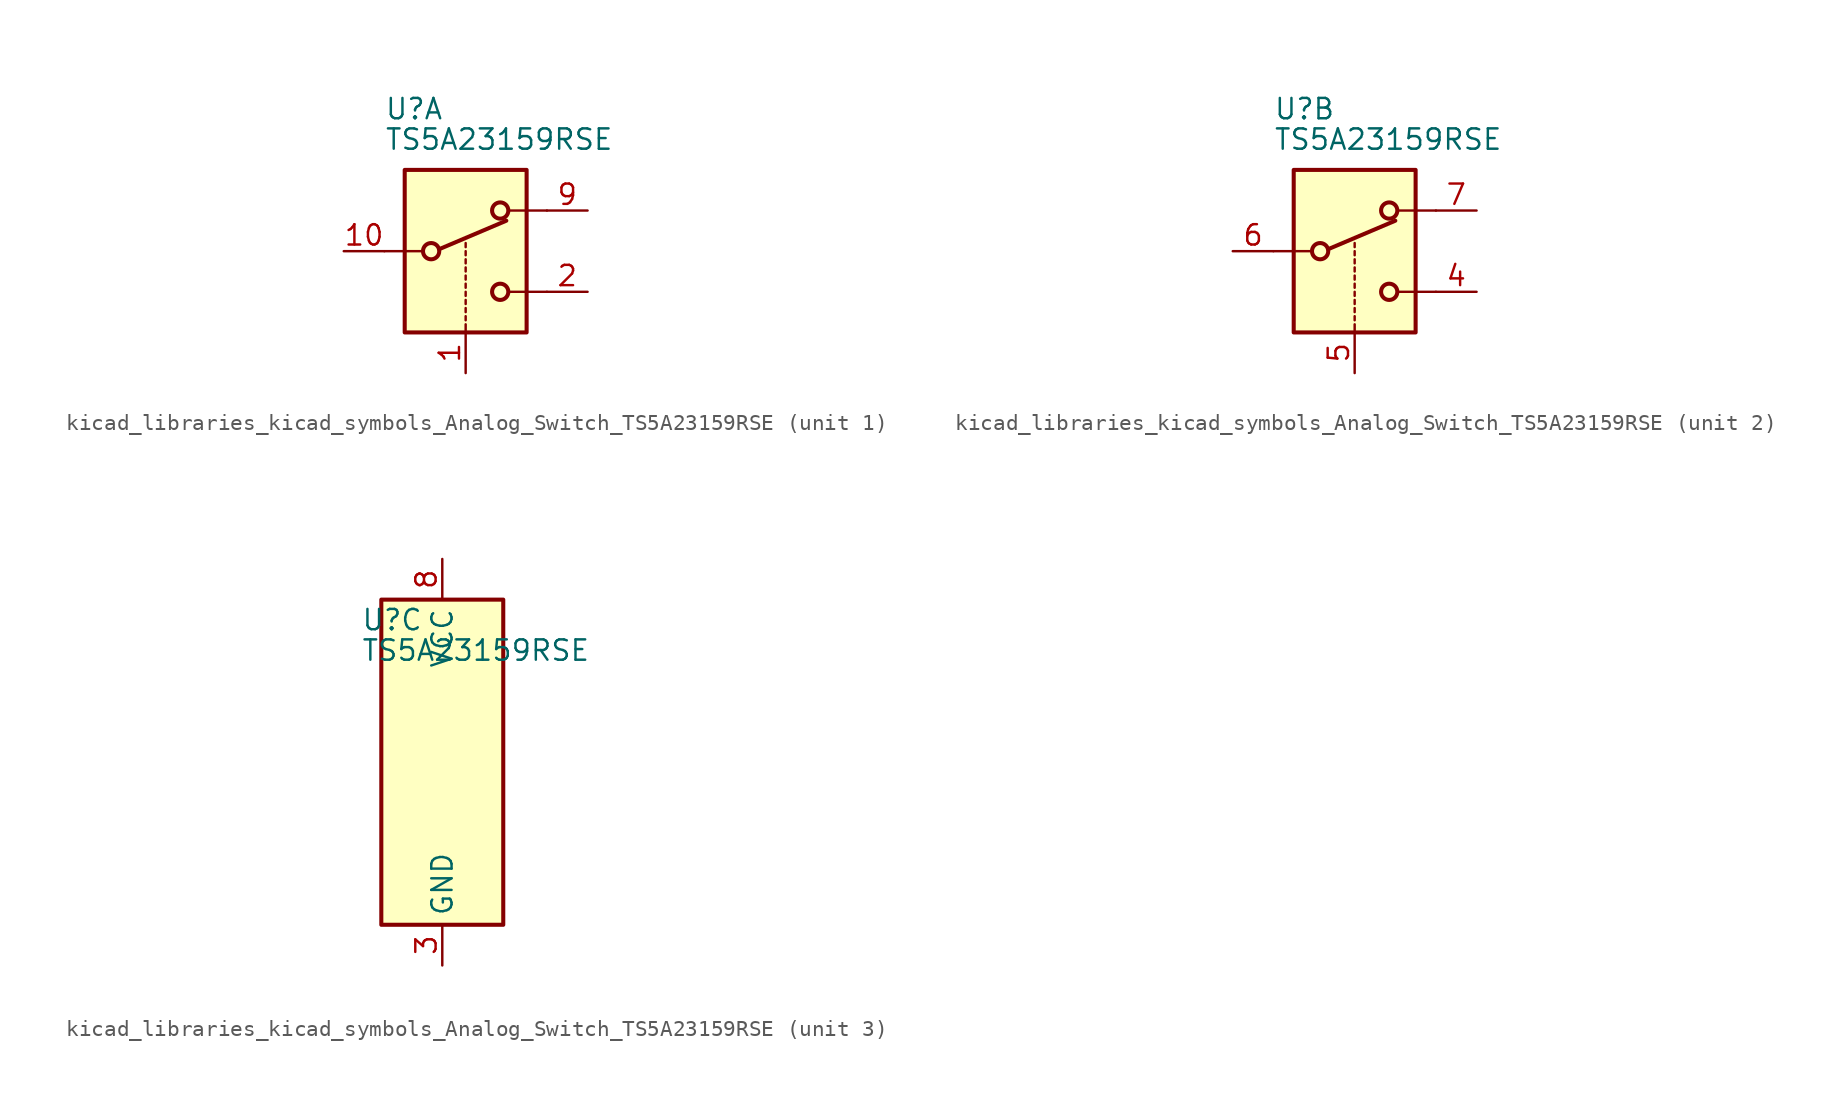
<source format=kicad_sym>
(kicad_symbol_lib
  (version 20220914)
  (generator kicad_symbol_editor)
  (symbol "kicad_libraries_kicad_symbols_Analog_Switch_TS5A23159RSE"
    (property "Reference" "U"
      (at -5.08 8.89 0)
      (effects (font (size 1.27 1.27)) (justify left)))
    (property "Value" "TS5A23159RSE"
      (at -5.08 6.985 0)
      (effects (font (size 1.27 1.27)) (justify left)))
    (property "ki_locked" ""
      (at 0 0 0)
      (effects (font (size 1.27 1.27))))
    (symbol "kicad_libraries_kicad_symbols_Analog_Switch_TS5A23159RSE_1_1"
      (rectangle (start -3.81 5.08) (end 3.81 -5.08) (stroke (width 0.254) (type default)) (fill (type background)))
      (circle (center -2.159 0) (radius 0.508) (stroke (width 0.254) (type default)) (fill (type none)))
      (polyline (pts (xy -5.08 0) (xy -2.794 0)) (stroke (width 0) (type default)) (fill (type none)))
      (polyline (pts (xy -1.651 0.127) (xy 2.54 1.905)) (stroke (width 0.254) (type default)) (fill (type none)))
      (polyline (pts (xy 0 -5.08) (xy 0 -4.572)) (stroke (width 0) (type default)) (fill (type none)))
      (polyline (pts (xy 0 -4.318) (xy 0 -4.064)) (stroke (width 0) (type default)) (fill (type none)))
      (polyline (pts (xy 0 -3.81) (xy 0 -3.556)) (stroke (width 0) (type default)) (fill (type none)))
      (polyline (pts (xy 0 -3.302) (xy 0 -3.048)) (stroke (width 0) (type default)) (fill (type none)))
      (polyline (pts (xy 0 -2.794) (xy 0 -2.54)) (stroke (width 0) (type default)) (fill (type none)))
      (polyline (pts (xy 0 -2.286) (xy 0 -2.032)) (stroke (width 0) (type default)) (fill (type none)))
      (polyline (pts (xy 0 -1.778) (xy 0 -1.524)) (stroke (width 0) (type default)) (fill (type none)))
      (polyline (pts (xy 0 -1.27) (xy 0 -1.016)) (stroke (width 0) (type default)) (fill (type none)))
      (polyline (pts (xy 0 -0.762) (xy 0 -0.508)) (stroke (width 0) (type default)) (fill (type none)))
      (polyline (pts (xy 0 -0.254) (xy 0 0)) (stroke (width 0) (type default)) (fill (type none)))
      (polyline (pts (xy 0 0.254) (xy 0 0.508)) (stroke (width 0) (type default)) (fill (type none)))
      (polyline (pts (xy 5.08 -2.54) (xy 2.794 -2.54)) (stroke (width 0) (type default)) (fill (type none)))
      (polyline (pts (xy 5.08 2.54) (xy 2.794 2.54)) (stroke (width 0) (type default)) (fill (type none)))
      (circle (center 2.159 -2.54) (radius 0.508) (stroke (width 0.254) (type default)) (fill (type none)))
      (circle (center 2.159 2.54) (radius 0.508) (stroke (width 0.254) (type default)) (fill (type none)))
      (pin input line (at 0 -7.62 90) (length 2.54) (name "~" (effects (font (size 1.27 1.27)))) (number "1" (effects (font (size 1.27 1.27)))))
      (pin passive line (at -7.62 0 0) (length 2.54) (name "~" (effects (font (size 1.27 1.27)))) (number "10" (effects (font (size 1.27 1.27)))))
      (pin passive line (at 7.62 -2.54 180) (length 2.54) (name "~" (effects (font (size 1.27 1.27)))) (number "2" (effects (font (size 1.27 1.27)))))
      (pin passive line (at 7.62 2.54 180) (length 2.54) (name "~" (effects (font (size 1.27 1.27)))) (number "9" (effects (font (size 1.27 1.27))))))
    (symbol "kicad_libraries_kicad_symbols_Analog_Switch_TS5A23159RSE_2_1"
      (rectangle (start -3.81 5.08) (end 3.81 -5.08) (stroke (width 0.254) (type default)) (fill (type background)))
      (circle (center -2.159 0) (radius 0.508) (stroke (width 0.254) (type default)) (fill (type none)))
      (polyline (pts (xy -5.08 0) (xy -2.794 0)) (stroke (width 0) (type default)) (fill (type none)))
      (polyline (pts (xy -1.651 0.127) (xy 2.54 1.905)) (stroke (width 0.254) (type default)) (fill (type none)))
      (polyline (pts (xy 0 -5.08) (xy 0 -4.572)) (stroke (width 0) (type default)) (fill (type none)))
      (polyline (pts (xy 0 -4.318) (xy 0 -4.064)) (stroke (width 0) (type default)) (fill (type none)))
      (polyline (pts (xy 0 -3.81) (xy 0 -3.556)) (stroke (width 0) (type default)) (fill (type none)))
      (polyline (pts (xy 0 -3.302) (xy 0 -3.048)) (stroke (width 0) (type default)) (fill (type none)))
      (polyline (pts (xy 0 -2.794) (xy 0 -2.54)) (stroke (width 0) (type default)) (fill (type none)))
      (polyline (pts (xy 0 -2.286) (xy 0 -2.032)) (stroke (width 0) (type default)) (fill (type none)))
      (polyline (pts (xy 0 -1.778) (xy 0 -1.524)) (stroke (width 0) (type default)) (fill (type none)))
      (polyline (pts (xy 0 -1.27) (xy 0 -1.016)) (stroke (width 0) (type default)) (fill (type none)))
      (polyline (pts (xy 0 -0.762) (xy 0 -0.508)) (stroke (width 0) (type default)) (fill (type none)))
      (polyline (pts (xy 0 -0.254) (xy 0 0)) (stroke (width 0) (type default)) (fill (type none)))
      (polyline (pts (xy 0 0.254) (xy 0 0.508)) (stroke (width 0) (type default)) (fill (type none)))
      (polyline (pts (xy 5.08 -2.54) (xy 2.794 -2.54)) (stroke (width 0) (type default)) (fill (type none)))
      (polyline (pts (xy 5.08 2.54) (xy 2.794 2.54)) (stroke (width 0) (type default)) (fill (type none)))
      (circle (center 2.159 -2.54) (radius 0.508) (stroke (width 0.254) (type default)) (fill (type none)))
      (circle (center 2.159 2.54) (radius 0.508) (stroke (width 0.254) (type default)) (fill (type none)))
      (pin passive line (at 7.62 -2.54 180) (length 2.54) (name "~" (effects (font (size 1.27 1.27)))) (number "4" (effects (font (size 1.27 1.27)))))
      (pin input line (at 0 -7.62 90) (length 2.54) (name "~" (effects (font (size 1.27 1.27)))) (number "5" (effects (font (size 1.27 1.27)))))
      (pin passive line (at -7.62 0 0) (length 2.54) (name "~" (effects (font (size 1.27 1.27)))) (number "6" (effects (font (size 1.27 1.27)))))
      (pin passive line (at 7.62 2.54 180) (length 2.54) (name "~" (effects (font (size 1.27 1.27)))) (number "7" (effects (font (size 1.27 1.27))))))
    (symbol "kicad_libraries_kicad_symbols_Analog_Switch_TS5A23159RSE_3_1"
      (rectangle (start -3.81 10.16) (end 3.81 -10.16) (stroke (width 0.254) (type default)) (fill (type background)))
      (pin power_in line (at 0 -12.7 90) (length 2.54) (name "GND" (effects (font (size 1.27 1.27)))) (number "3" (effects (font (size 1.27 1.27)))))
      (pin power_in line (at 0 12.7 270) (length 2.54) (name "VCC" (effects (font (size 1.27 1.27)))) (number "8" (effects (font (size 1.27 1.27))))))))
</source>
